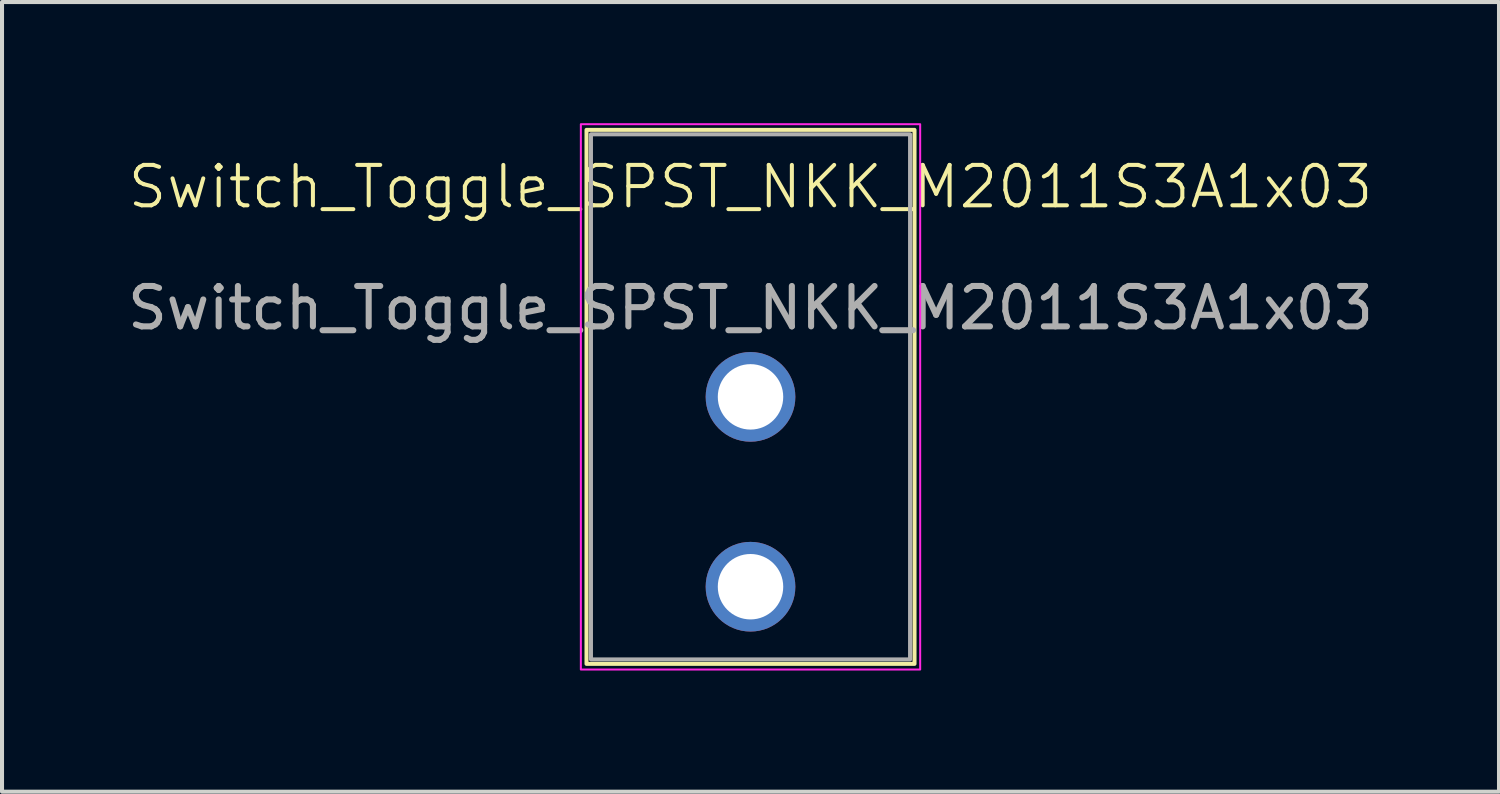
<source format=kicad_pcb>
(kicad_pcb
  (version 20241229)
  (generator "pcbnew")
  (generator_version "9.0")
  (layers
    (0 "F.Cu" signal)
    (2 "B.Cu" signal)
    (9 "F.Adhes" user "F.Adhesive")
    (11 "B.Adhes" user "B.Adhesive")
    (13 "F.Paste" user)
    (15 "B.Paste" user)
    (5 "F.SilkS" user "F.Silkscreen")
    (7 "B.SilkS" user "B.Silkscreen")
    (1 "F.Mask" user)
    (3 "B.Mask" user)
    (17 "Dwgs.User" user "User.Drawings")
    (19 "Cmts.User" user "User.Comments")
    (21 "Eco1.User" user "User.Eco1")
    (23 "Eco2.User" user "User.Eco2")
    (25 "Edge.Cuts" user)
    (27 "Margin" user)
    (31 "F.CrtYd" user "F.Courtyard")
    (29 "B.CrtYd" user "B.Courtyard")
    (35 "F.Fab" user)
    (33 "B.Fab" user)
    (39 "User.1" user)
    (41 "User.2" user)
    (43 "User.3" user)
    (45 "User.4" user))
  (footprint "Switch_Toggle_SPST_NKK_M2011S3A1x03"
    (layer "F.Cu")
    (at 15.53 2.075)
    (property "Reference" "Switch_Toggle_SPST_NKK_M2011S3A1x03" (at 0 -0.5 0) (unlocked yes) (layer "F.SilkS") (effects (font (size 1 1) (thickness 0.1))))
    (attr through_hole)
    (fp_rect (start -4.06 -1.91) (end 4.06 11.31) (stroke (width 0.1) (type default)) (fill no) (layer "F.SilkS"))
    (fp_rect (start -4.2 -2.05) (end 4.2 11.45) (stroke (width 0.05) (type default)) (fill no) (layer "F.CrtYd"))
    (fp_rect (start -3.95 -1.8) (end 3.95 11.2) (stroke (width 0.1) (type default)) (fill no) (layer "F.Fab"))
    (fp_text user "${REFERENCE}" (at 0 2.5 0) (unlocked yes) (layer "F.Fab") (effects (font (size 1 1) (thickness 0.15))))
    (pad "2" thru_hole circle (at 0 4.7) (size 2.22 2.22) (drill 1.62) (layers "*.Cu" "*.Mask"))
    (pad "3" thru_hole circle (at 0 9.4) (size 2.22 2.22) (drill 1.62) (layers "*.Cu" "*.Mask")))
  (gr_rect
    (start -3 -3)
    (end 34.06 16.55)
    (stroke (width 0.1) (type default))
    (fill no)
    (layer "Edge.Cuts")))
</source>
